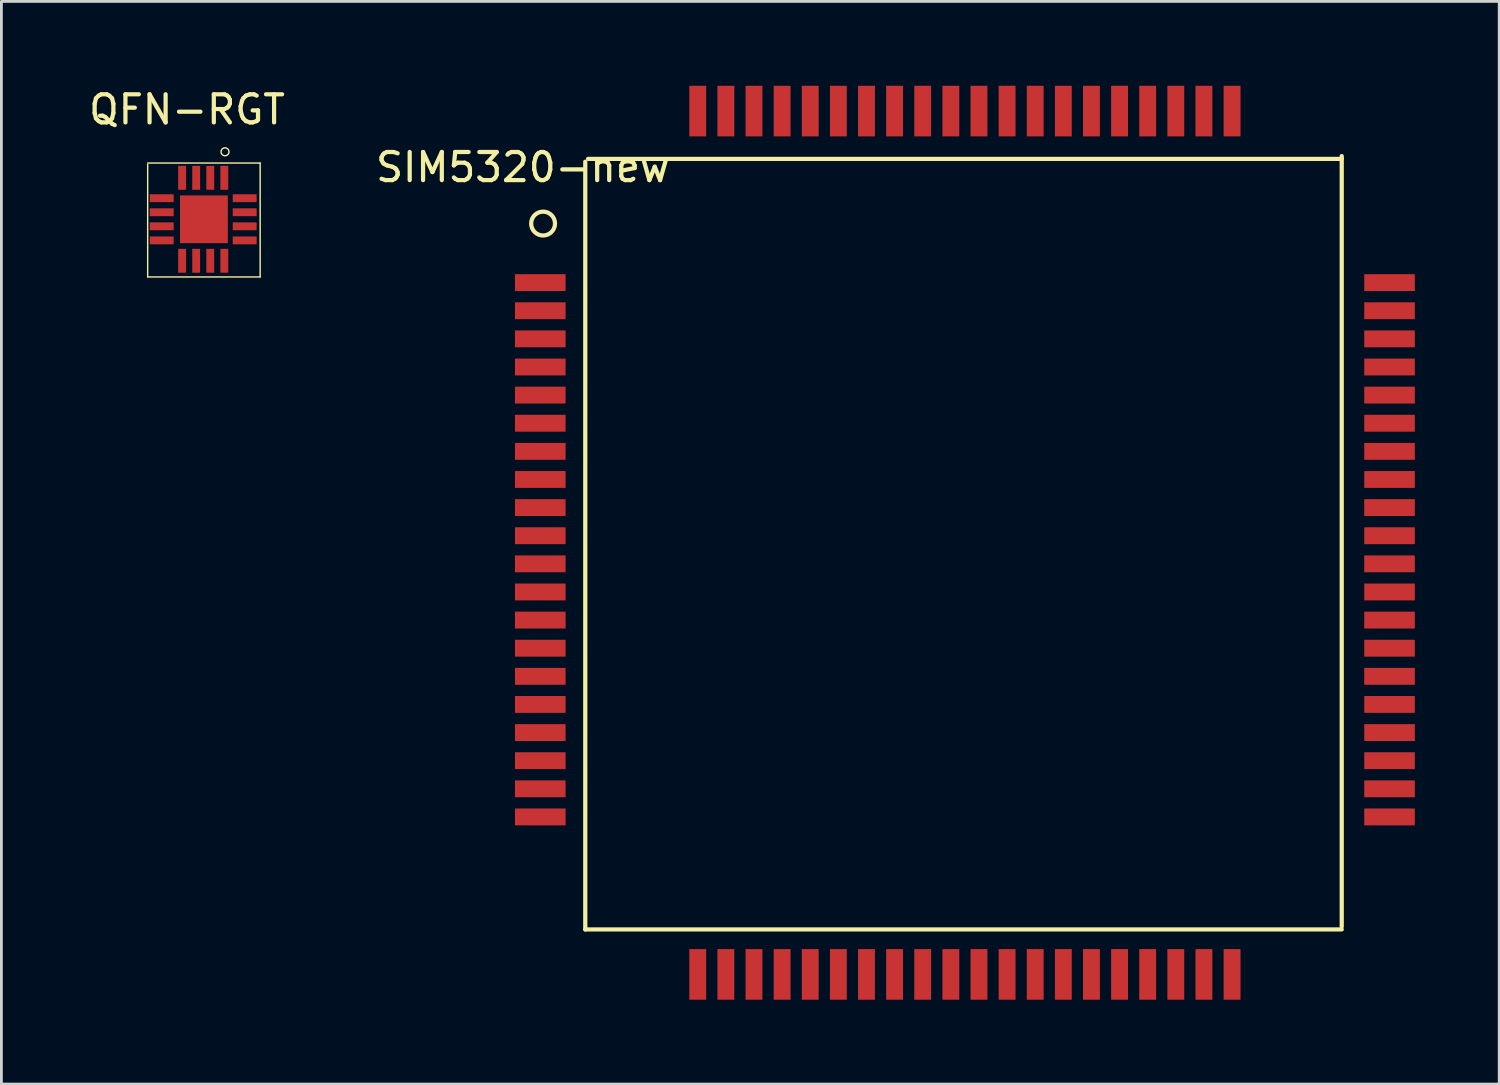
<source format=kicad_pcb>
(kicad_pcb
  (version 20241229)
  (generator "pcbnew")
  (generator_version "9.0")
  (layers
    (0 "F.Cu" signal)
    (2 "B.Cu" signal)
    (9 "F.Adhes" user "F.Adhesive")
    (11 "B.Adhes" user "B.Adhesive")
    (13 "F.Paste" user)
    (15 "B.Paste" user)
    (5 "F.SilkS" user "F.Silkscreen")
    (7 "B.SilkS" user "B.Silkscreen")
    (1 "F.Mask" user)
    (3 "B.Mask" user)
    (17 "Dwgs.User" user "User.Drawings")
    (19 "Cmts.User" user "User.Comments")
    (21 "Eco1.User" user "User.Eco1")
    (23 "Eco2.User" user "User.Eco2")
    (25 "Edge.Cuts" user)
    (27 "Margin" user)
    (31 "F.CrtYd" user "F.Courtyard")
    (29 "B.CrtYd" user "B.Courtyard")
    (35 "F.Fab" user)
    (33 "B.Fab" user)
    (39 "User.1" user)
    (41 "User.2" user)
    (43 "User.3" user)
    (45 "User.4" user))
  (footprint "QFN-RGT"
    (layer "F.Cu")
    (at 2.701 3.998)
    (property "Reference" "QFN-RGT" (at 0.9 -3.15 0) (layer "F.SilkS") (effects (font (size 1 1) (thickness 0.15))))
    (attr through_hole)
    (fp_line (start -0.5 -1.2) (end -0.5 2.8) (stroke (width 0.05) (type solid)) (layer "F.SilkS"))
    (fp_line (start -0.5 2.8) (end 3.5 2.8) (stroke (width 0.05) (type solid)) (layer "F.SilkS"))
    (fp_line (start 3.5 -1.25) (end -0.5 -1.25) (stroke (width 0.05) (type solid)) (layer "F.SilkS"))
    (fp_line (start 3.5 2.8) (end 3.5 -1.25) (stroke (width 0.05) (type solid)) (layer "F.SilkS"))
    (fp_circle (center 2.25 -1.65) (end 2.35 -1.55) (stroke (width 0.05) (type solid)) (fill no) (layer "F.SilkS"))
    (pad "1" smd rect (at 2.225 -0.725) (size 0.28 0.85) (layers "F.Cu" "F.Mask" "F.Paste"))
    (pad "2" smd rect (at 1.725 -0.725) (size 0.28 0.85) (layers "F.Cu" "F.Mask" "F.Paste"))
    (pad "3" smd rect (at 1.225 -0.725) (size 0.28 0.85) (layers "F.Cu" "F.Mask" "F.Paste"))
    (pad "4" smd rect (at 0.725 -0.725) (size 0.28 0.85) (layers "F.Cu" "F.Mask" "F.Paste"))
    (pad "5" smd rect (at 0 0) (size 0.85 0.28) (layers "F.Cu" "F.Mask" "F.Paste"))
    (pad "6" smd rect (at 0 0.5) (size 0.85 0.28) (layers "F.Cu" "F.Mask" "F.Paste"))
    (pad "7" smd rect (at 0 1) (size 0.85 0.28) (layers "F.Cu" "F.Mask" "F.Paste"))
    (pad "8" smd rect (at 0 1.5) (size 0.85 0.28) (layers "F.Cu" "F.Mask" "F.Paste"))
    (pad "9" smd rect (at 0.725 2.225) (size 0.28 0.85) (layers "F.Cu" "F.Mask" "F.Paste"))
    (pad "10" smd rect (at 1.225 2.225) (size 0.28 0.85) (layers "F.Cu" "F.Mask" "F.Paste"))
    (pad "11" smd rect (at 1.725 2.225) (size 0.28 0.85) (layers "F.Cu" "F.Mask" "F.Paste"))
    (pad "12" smd rect (at 2.225 2.225) (size 0.28 0.85) (layers "F.Cu" "F.Mask" "F.Paste"))
    (pad "13" smd rect (at 2.95 1.5) (size 0.85 0.28) (layers "F.Cu" "F.Mask" "F.Paste"))
    (pad "14" smd rect (at 2.95 1) (size 0.85 0.28) (layers "F.Cu" "F.Mask" "F.Paste"))
    (pad "15" smd rect (at 2.95 0.5) (size 0.85 0.28) (layers "F.Cu" "F.Mask" "F.Paste"))
    (pad "16" smd rect (at 2.95 0) (size 0.85 0.28) (layers "F.Cu" "F.Mask" "F.Paste"))
    (pad "17" smd rect (at 1.5 0.75) (size 1.7 1.7) (layers "F.Cu" "F.Mask" "F.Paste")))
  (footprint "SIM5320-new"
    (layer "F.Cu")
    (at 16.162 7)
    (property "Reference" "SIM5320-new" (at -0.62 -4.1 0) (layer "F.SilkS") (effects (font (size 1 1) (thickness 0.15))))
    (attr through_hole)
    (fp_line (start 1.6 -4.3) (end 1.6 23) (stroke (width 0.15) (type solid)) (layer "F.SilkS"))
    (fp_line (start 1.6 23) (end 28.5 23) (stroke (width 0.15) (type solid)) (layer "F.SilkS"))
    (fp_line (start 28.5 -4.4) (end 1.7 -4.4) (stroke (width 0.15) (type solid)) (layer "F.SilkS"))
    (fp_line (start 28.5 22.9) (end 28.5 -4.5) (stroke (width 0.15) (type solid)) (layer "F.SilkS"))
    (fp_circle (center 0.1 -2.1) (end 0.4 -1.8) (stroke (width 0.15) (type solid)) (fill no) (layer "F.SilkS"))
    (pad "1" smd rect (at 0 0) (size 1.8 0.6) (layers "F.Cu" "F.Mask" "F.Paste"))
    (pad "2" smd rect (at 0 1) (size 1.8 0.6) (layers "F.Cu" "F.Mask" "F.Paste"))
    (pad "3" smd rect (at 0 2) (size 1.8 0.6) (layers "F.Cu" "F.Mask" "F.Paste"))
    (pad "4" smd rect (at 0 3) (size 1.8 0.6) (layers "F.Cu" "F.Mask" "F.Paste"))
    (pad "5" smd rect (at 0 4) (size 1.8 0.6) (layers "F.Cu" "F.Mask" "F.Paste"))
    (pad "6" smd rect (at 0 5) (size 1.8 0.6) (layers "F.Cu" "F.Mask" "F.Paste"))
    (pad "7" smd rect (at 0 6) (size 1.8 0.6) (layers "F.Cu" "F.Mask" "F.Paste"))
    (pad "8" smd rect (at 0 7) (size 1.8 0.6) (layers "F.Cu" "F.Mask" "F.Paste"))
    (pad "9" smd rect (at 0 8) (size 1.8 0.6) (layers "F.Cu" "F.Mask" "F.Paste"))
    (pad "10" smd rect (at 0 9) (size 1.8 0.6) (layers "F.Cu" "F.Mask" "F.Paste"))
    (pad "11" smd rect (at 0 10) (size 1.8 0.6) (layers "F.Cu" "F.Mask" "F.Paste"))
    (pad "12" smd rect (at 0 11) (size 1.8 0.6) (layers "F.Cu" "F.Mask" "F.Paste"))
    (pad "13" smd rect (at 0 12) (size 1.8 0.6) (layers "F.Cu" "F.Mask" "F.Paste"))
    (pad "14" smd rect (at 0 13) (size 1.8 0.6) (layers "F.Cu" "F.Mask" "F.Paste"))
    (pad "15" smd rect (at 0 14) (size 1.8 0.6) (layers "F.Cu" "F.Mask" "F.Paste"))
    (pad "16" smd rect (at 0 15) (size 1.8 0.6) (layers "F.Cu" "F.Mask" "F.Paste"))
    (pad "17" smd rect (at 0 16) (size 1.8 0.6) (layers "F.Cu" "F.Mask" "F.Paste"))
    (pad "18" smd rect (at 0 17) (size 1.8 0.6) (layers "F.Cu" "F.Mask" "F.Paste"))
    (pad "19" smd rect (at 0 18) (size 1.8 0.6) (layers "F.Cu" "F.Mask" "F.Paste"))
    (pad "20" smd rect (at 0 19) (size 1.8 0.6) (layers "F.Cu" "F.Mask" "F.Paste"))
    (pad "21" smd rect (at 5.6 24.6) (size 0.6 1.8) (layers "F.Cu" "F.Mask" "F.Paste"))
    (pad "22" smd rect (at 6.6 24.6) (size 0.6 1.8) (layers "F.Cu" "F.Mask" "F.Paste"))
    (pad "23" smd rect (at 7.6 24.6) (size 0.6 1.8) (layers "F.Cu" "F.Mask" "F.Paste"))
    (pad "24" smd rect (at 8.6 24.6) (size 0.6 1.8) (layers "F.Cu" "F.Mask" "F.Paste"))
    (pad "25" smd rect (at 9.6 24.6) (size 0.6 1.8) (layers "F.Cu" "F.Mask" "F.Paste"))
    (pad "26" smd rect (at 10.6 24.6) (size 0.6 1.8) (layers "F.Cu" "F.Mask" "F.Paste"))
    (pad "27" smd rect (at 11.6 24.6) (size 0.6 1.8) (layers "F.Cu" "F.Mask" "F.Paste"))
    (pad "28" smd rect (at 12.6 24.6) (size 0.6 1.8) (layers "F.Cu" "F.Mask" "F.Paste"))
    (pad "29" smd rect (at 13.6 24.6) (size 0.6 1.8) (layers "F.Cu" "F.Mask" "F.Paste"))
    (pad "30" smd rect (at 14.6 24.6) (size 0.6 1.8) (layers "F.Cu" "F.Mask" "F.Paste"))
    (pad "31" smd rect (at 15.6 24.6) (size 0.6 1.8) (layers "F.Cu" "F.Mask" "F.Paste"))
    (pad "32" smd rect (at 16.6 24.6) (size 0.6 1.8) (layers "F.Cu" "F.Mask" "F.Paste"))
    (pad "33" smd rect (at 17.6 24.6) (size 0.6 1.8) (layers "F.Cu" "F.Mask" "F.Paste"))
    (pad "34" smd rect (at 18.6 24.6) (size 0.6 1.8) (layers "F.Cu" "F.Mask" "F.Paste"))
    (pad "35" smd rect (at 19.6 24.6) (size 0.6 1.8) (layers "F.Cu" "F.Mask" "F.Paste"))
    (pad "36" smd rect (at 20.6 24.6) (size 0.6 1.8) (layers "F.Cu" "F.Mask" "F.Paste"))
    (pad "37" smd rect (at 21.6 24.6) (size 0.6 1.8) (layers "F.Cu" "F.Mask" "F.Paste"))
    (pad "38" smd rect (at 22.6 24.6) (size 0.6 1.8) (layers "F.Cu" "F.Mask" "F.Paste"))
    (pad "39" smd rect (at 23.6 24.6) (size 0.6 1.8) (layers "F.Cu" "F.Mask" "F.Paste"))
    (pad "40" smd rect (at 24.6 24.6) (size 0.6 1.8) (layers "F.Cu" "F.Mask" "F.Paste"))
    (pad "41" smd rect (at 30.2 19) (size 1.8 0.6) (layers "F.Cu" "F.Mask" "F.Paste"))
    (pad "42" smd rect (at 30.2 18) (size 1.8 0.6) (layers "F.Cu" "F.Mask" "F.Paste"))
    (pad "43" smd rect (at 30.2 17) (size 1.8 0.6) (layers "F.Cu" "F.Mask" "F.Paste"))
    (pad "44" smd rect (at 30.2 16) (size 1.8 0.6) (layers "F.Cu" "F.Mask" "F.Paste"))
    (pad "45" smd rect (at 30.2 15) (size 1.8 0.6) (layers "F.Cu" "F.Mask" "F.Paste"))
    (pad "46" smd rect (at 30.2 14) (size 1.8 0.6) (layers "F.Cu" "F.Mask" "F.Paste"))
    (pad "47" smd rect (at 30.2 13) (size 1.8 0.6) (layers "F.Cu" "F.Mask" "F.Paste"))
    (pad "48" smd rect (at 30.2 12) (size 1.8 0.6) (layers "F.Cu" "F.Mask" "F.Paste"))
    (pad "49" smd rect (at 30.2 11) (size 1.8 0.6) (layers "F.Cu" "F.Mask" "F.Paste"))
    (pad "50" smd rect (at 30.2 10) (size 1.8 0.6) (layers "F.Cu" "F.Mask" "F.Paste"))
    (pad "51" smd rect (at 30.2 9) (size 1.8 0.6) (layers "F.Cu" "F.Mask" "F.Paste"))
    (pad "52" smd rect (at 30.2 8) (size 1.8 0.6) (layers "F.Cu" "F.Mask" "F.Paste"))
    (pad "53" smd rect (at 30.2 7) (size 1.8 0.6) (layers "F.Cu" "F.Mask" "F.Paste"))
    (pad "54" smd rect (at 30.2 6) (size 1.8 0.6) (layers "F.Cu" "F.Mask" "F.Paste"))
    (pad "55" smd rect (at 30.2 5) (size 1.8 0.6) (layers "F.Cu" "F.Mask" "F.Paste"))
    (pad "56" smd rect (at 30.2 4) (size 1.8 0.6) (layers "F.Cu" "F.Mask" "F.Paste"))
    (pad "57" smd rect (at 30.2 3) (size 1.8 0.6) (layers "F.Cu" "F.Mask" "F.Paste"))
    (pad "58" smd rect (at 30.2 2) (size 1.8 0.6) (layers "F.Cu" "F.Mask" "F.Paste"))
    (pad "59" smd rect (at 30.2 1) (size 1.8 0.6) (layers "F.Cu" "F.Mask" "F.Paste"))
    (pad "60" smd rect (at 30.2 0) (size 1.8 0.6) (layers "F.Cu" "F.Mask" "F.Paste"))
    (pad "61" smd rect (at 24.6 -6.1) (size 0.6 1.8) (layers "F.Cu" "F.Mask" "F.Paste"))
    (pad "62" smd rect (at 23.6 -6.1) (size 0.6 1.8) (layers "F.Cu" "F.Mask" "F.Paste"))
    (pad "63" smd rect (at 22.6 -6.1) (size 0.6 1.8) (layers "F.Cu" "F.Mask" "F.Paste"))
    (pad "64" smd rect (at 21.6 -6.1) (size 0.6 1.8) (layers "F.Cu" "F.Mask" "F.Paste"))
    (pad "65" smd rect (at 20.6 -6.1) (size 0.6 1.8) (layers "F.Cu" "F.Mask" "F.Paste"))
    (pad "66" smd rect (at 19.6 -6.1) (size 0.6 1.8) (layers "F.Cu" "F.Mask" "F.Paste"))
    (pad "67" smd rect (at 18.6 -6.1) (size 0.6 1.8) (layers "F.Cu" "F.Mask" "F.Paste"))
    (pad "68" smd rect (at 17.6 -6.1) (size 0.6 1.8) (layers "F.Cu" "F.Mask" "F.Paste"))
    (pad "69" smd rect (at 16.6 -6.1) (size 0.6 1.8) (layers "F.Cu" "F.Mask" "F.Paste"))
    (pad "70" smd rect (at 15.6 -6.1) (size 0.6 1.8) (layers "F.Cu" "F.Mask" "F.Paste"))
    (pad "71" smd rect (at 14.6 -6.1) (size 0.6 1.8) (layers "F.Cu" "F.Mask" "F.Paste"))
    (pad "72" smd rect (at 13.6 -6.1) (size 0.6 1.8) (layers "F.Cu" "F.Mask" "F.Paste"))
    (pad "73" smd rect (at 12.6 -6.1) (size 0.6 1.8) (layers "F.Cu" "F.Mask" "F.Paste"))
    (pad "74" smd rect (at 11.6 -6.1) (size 0.6 1.8) (layers "F.Cu" "F.Mask" "F.Paste"))
    (pad "75" smd rect (at 10.6 -6.1) (size 0.6 1.8) (layers "F.Cu" "F.Mask" "F.Paste"))
    (pad "76" smd rect (at 9.6 -6.1) (size 0.6 1.8) (layers "F.Cu" "F.Mask" "F.Paste"))
    (pad "77" smd rect (at 8.6 -6.1) (size 0.6 1.8) (layers "F.Cu" "F.Mask" "F.Paste"))
    (pad "78" smd rect (at 7.6 -6.1) (size 0.6 1.8) (layers "F.Cu" "F.Mask" "F.Paste"))
    (pad "79" smd rect (at 6.6 -6.1) (size 0.6 1.8) (layers "F.Cu" "F.Mask" "F.Paste"))
    (pad "80" smd rect (at 5.6 -6.1) (size 0.6 1.8) (layers "F.Cu" "F.Mask" "F.Paste")))
  (gr_rect
    (start -3 -3)
    (end 50.262 35.5)
    (stroke (width 0.1) (type default))
    (fill no)
    (layer "Edge.Cuts")))
</source>
